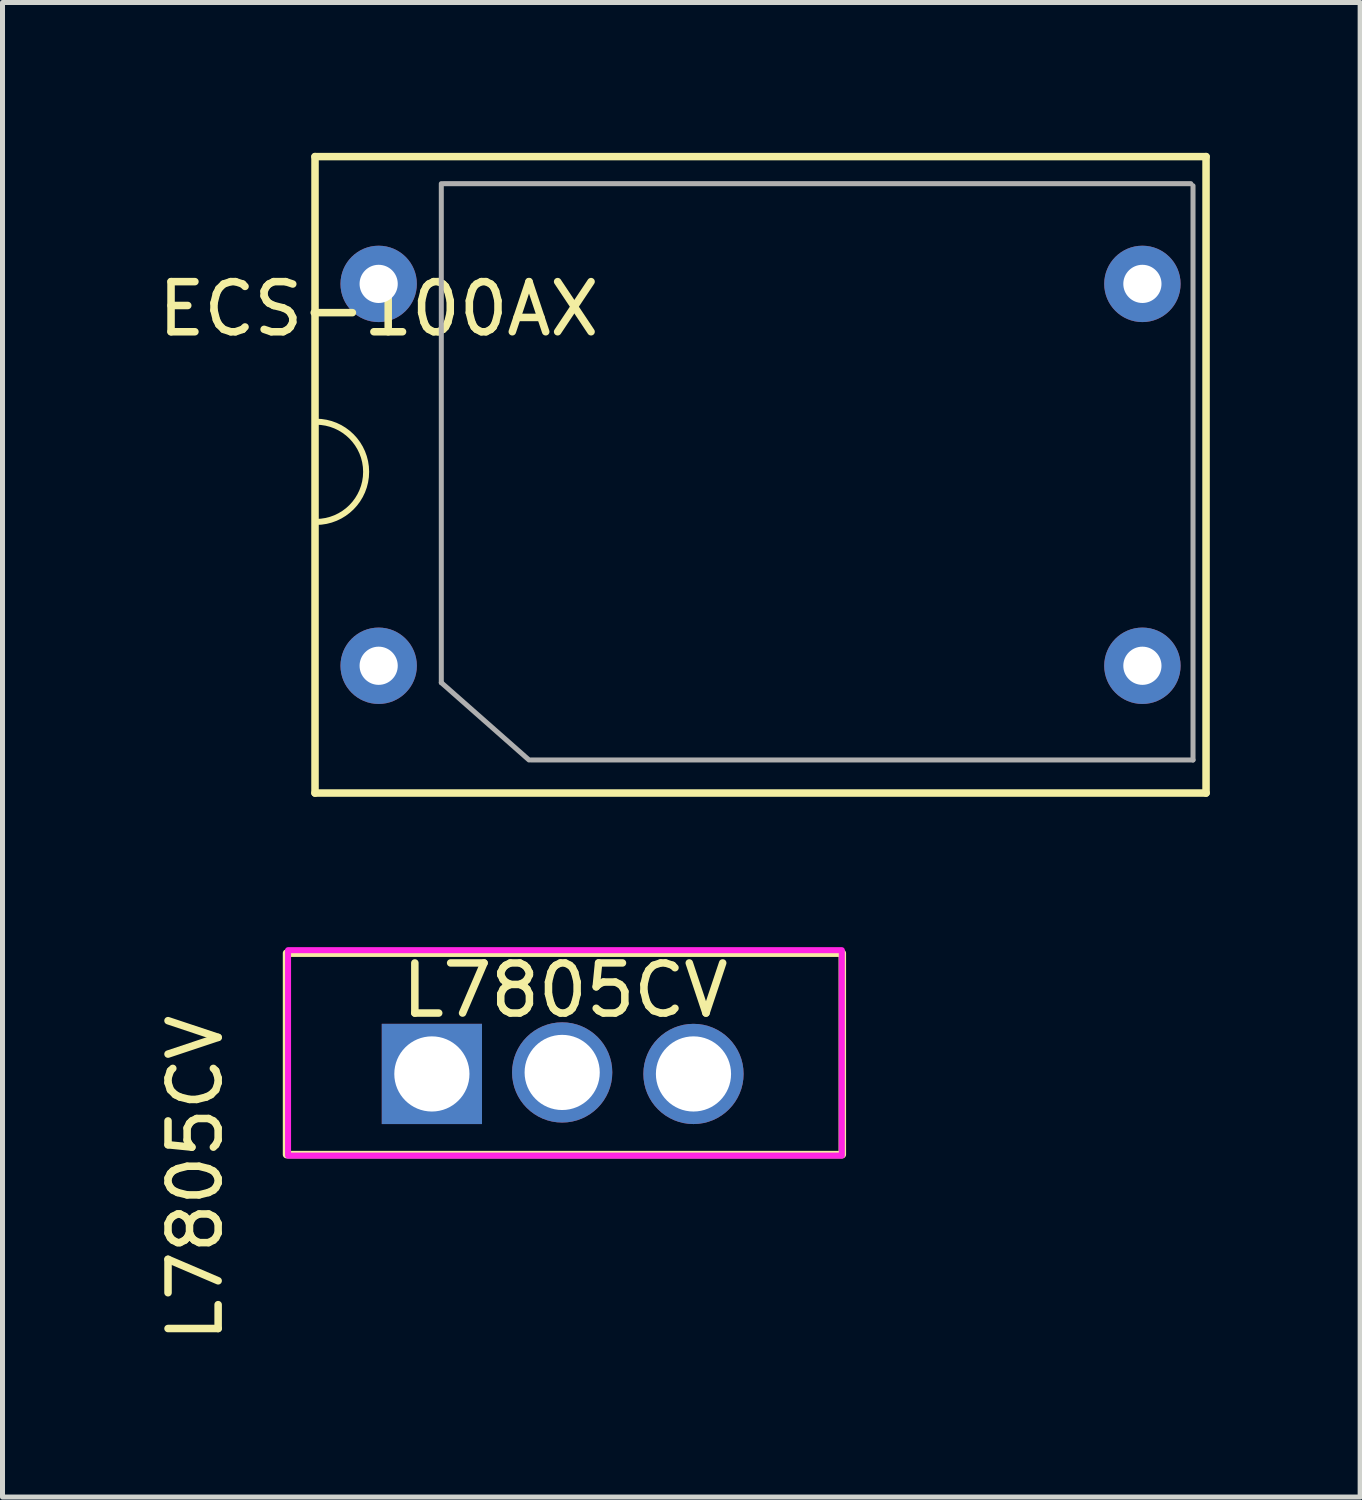
<source format=kicad_pcb>
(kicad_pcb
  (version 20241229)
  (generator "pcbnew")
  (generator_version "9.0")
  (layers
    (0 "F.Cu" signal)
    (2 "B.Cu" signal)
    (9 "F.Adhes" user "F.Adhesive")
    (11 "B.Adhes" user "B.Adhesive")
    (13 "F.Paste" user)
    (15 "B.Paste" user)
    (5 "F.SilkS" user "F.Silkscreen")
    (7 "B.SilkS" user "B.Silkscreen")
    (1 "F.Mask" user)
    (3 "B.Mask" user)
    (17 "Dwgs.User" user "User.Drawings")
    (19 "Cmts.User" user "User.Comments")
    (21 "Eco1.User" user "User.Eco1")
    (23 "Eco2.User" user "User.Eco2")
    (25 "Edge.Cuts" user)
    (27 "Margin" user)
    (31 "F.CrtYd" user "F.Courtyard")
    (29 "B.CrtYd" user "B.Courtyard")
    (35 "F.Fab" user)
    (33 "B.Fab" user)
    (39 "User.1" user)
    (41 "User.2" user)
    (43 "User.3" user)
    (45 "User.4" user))
  (footprint "ECS-100AX"
    (layer "F.Cu")
    (at 4.506 2.615)
    (property "Reference" "ECS-100AX" (at 0 0.5 0) (layer "F.SilkS") (effects (font (size 1 1) (thickness 0.15))))
    (attr through_hole)
    (fp_line (start -1.27 -2.54) (end 16.51 -2.54) (stroke (width 0.15) (type solid)) (layer "F.SilkS"))
    (fp_line (start -1.27 10.16) (end -1.27 -2.54) (stroke (width 0.15) (type solid)) (layer "F.SilkS"))
    (fp_line (start 16.51 -2.54) (end 16.51 10.16) (stroke (width 0.15) (type solid)) (layer "F.SilkS"))
    (fp_line (start 16.51 10.16) (end -1.27 10.16) (stroke (width 0.15) (type solid)) (layer "F.SilkS"))
    (fp_arc (start -1.25 2.75) (mid -0.25 3.75) (end -1.25 4.75) (stroke (width 0.12) (type solid)) (layer "F.SilkS"))
    (fp_line (start 1.25 7.957) (end 1.25 -2) (stroke (width 0.1) (type solid)) (layer "F.Fab"))
    (fp_line (start 1.25 7.957) (end 3 9.5) (stroke (width 0.1) (type solid)) (layer "F.Fab"))
    (fp_line (start 1.292 -2) (end 16.207 -2) (stroke (width 0.1) (type solid)) (layer "F.Fab"))
    (fp_line (start 3.042 9.5) (end 16.25 9.5) (stroke (width 0.1) (type solid)) (layer "F.Fab"))
    (fp_line (start 16.25 9.5) (end 16.25 -1.958) (stroke (width 0.1) (type solid)) (layer "F.Fab"))
    (pad "1" thru_hole circle (at 0 7.62) (size 1.524 1.524) (drill 0.762) (layers "*.Cu" "*.Mask"))
    (pad "7" thru_hole circle (at 15.24 7.62) (size 1.524 1.524) (drill 0.762) (layers "*.Cu" "*.Mask"))
    (pad "8" thru_hole circle (at 15.24 0) (size 1.524 1.524) (drill 0.762) (layers "*.Cu" "*.Mask"))
    (pad "14" thru_hole circle (at 0 0) (size 1.524 1.524) (drill 0.762) (layers "*.Cu" "*.Mask")))
  (footprint "L7805CV"
    (layer "F.Cu")
    (at 4.558 17.46)
    (property "Reference" "L7805CV" (at -3.71 3 270) (layer "F.SilkS") (effects (font (size 1 1) (thickness 0.15))))
    (attr through_hole)
    (fp_rect (start -1.89 -1.49) (end 9.2 2.53) (stroke (width 0.15) (type solid)) (fill no) (layer "F.SilkS"))
    (fp_rect (start -1.86 -1.55) (end 9.19 2.55) (stroke (width 0.12) (type solid)) (fill no) (layer "F.CrtYd"))
    (fp_text user "L7805CV" (at 3.67 -0.75 0) (unlocked yes) (layer "F.SilkS") (effects (font (size 1 1) (thickness 0.15))))
    (pad "1" thru_hole rect (at 1.01 0.92) (size 2 2) (drill 1.5) (layers "*.Cu" "*.Mask"))
    (pad "2" thru_hole circle (at 3.61 0.89) (size 2 2) (drill 1.5) (layers "*.Cu" "*.Mask"))
    (pad "3" thru_hole circle (at 6.23 0.92) (size 2 2) (drill 1.5) (layers "*.Cu" "*.Mask")))
  (gr_rect
    (start -3 -3)
    (end 24.091 26.823)
    (stroke (width 0.1) (type default))
    (fill no)
    (layer "Edge.Cuts")))
</source>
